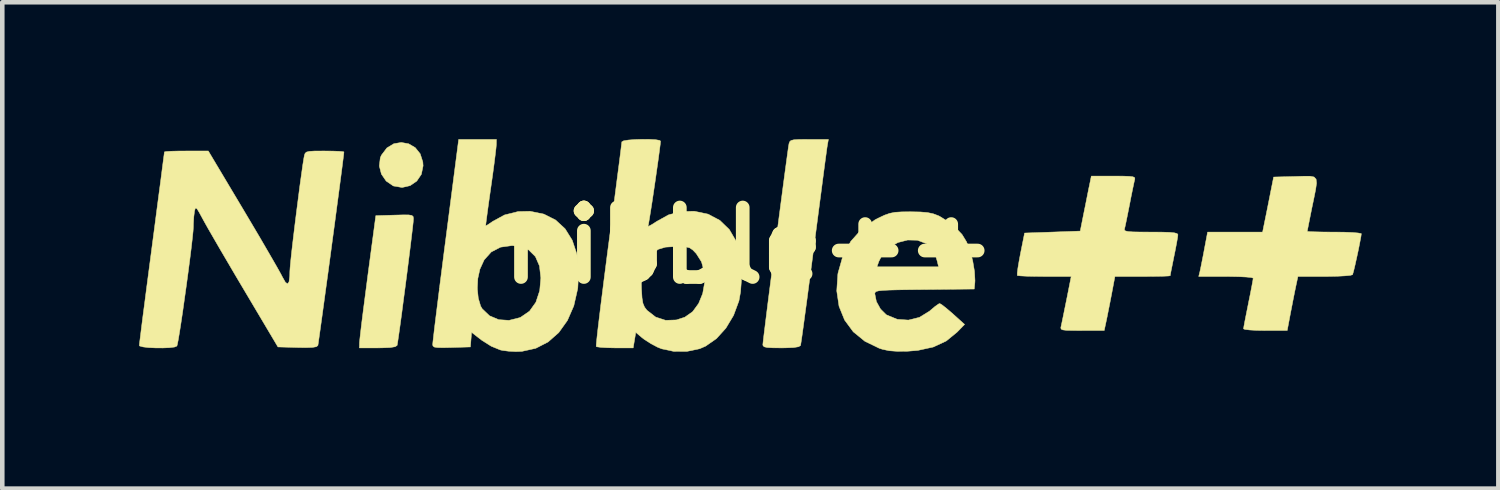
<source format=kicad_pcb>
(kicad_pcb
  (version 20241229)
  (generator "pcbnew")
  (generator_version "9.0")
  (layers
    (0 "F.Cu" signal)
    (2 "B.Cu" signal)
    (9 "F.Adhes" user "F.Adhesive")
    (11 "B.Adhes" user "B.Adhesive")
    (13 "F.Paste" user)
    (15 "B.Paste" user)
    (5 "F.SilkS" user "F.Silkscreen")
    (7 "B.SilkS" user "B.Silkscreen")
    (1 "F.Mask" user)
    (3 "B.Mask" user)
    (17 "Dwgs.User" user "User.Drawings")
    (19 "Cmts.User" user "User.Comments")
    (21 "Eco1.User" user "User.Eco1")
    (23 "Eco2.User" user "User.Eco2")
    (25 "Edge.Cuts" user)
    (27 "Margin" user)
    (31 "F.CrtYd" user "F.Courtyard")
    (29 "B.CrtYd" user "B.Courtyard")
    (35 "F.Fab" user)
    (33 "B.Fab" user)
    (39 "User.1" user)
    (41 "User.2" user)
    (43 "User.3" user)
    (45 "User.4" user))
  (footprint "nibble++"
    (layer "F.Cu")
    (at 13.382 2.335)
    (property "Reference" "nibble++" (at 0 0 0) (layer "F.SilkS") (effects (font (size 1.524 1.524) (thickness 0.3))))
    (attr through_hole)
    (fp_poly (pts (xy -7.471 -2.232) (xy -7.327 -2.148) (xy -7.218 -2.013) (xy -7.16 -1.833) (xy -7.154 -1.749) (xy -7.192 -1.563) (xy -7.293 -1.414) (xy -7.439 -1.314) (xy -7.614 -1.274) (xy -7.801 -1.306) (xy -7.811 -1.31) (xy -7.964 -1.415) (xy -8.068 -1.567) (xy -8.114 -1.745) (xy -8.093 -1.924) (xy -8.068 -1.983) (xy -7.948 -2.141) (xy -7.797 -2.233) (xy -7.633 -2.261) (xy -7.471 -2.232)) (stroke (width 0.01) (type solid)) (fill yes) (layer "F.SilkS"))
    (fp_poly (pts (xy -7.469 -0.672) (xy -7.402 -0.661) (xy -7.373 -0.638) (xy -7.366 -0.599) (xy -7.366 -0.583) (xy -7.371 -0.516) (xy -7.386 -0.379) (xy -7.409 -0.185) (xy -7.438 0.054) (xy -7.472 0.326) (xy -7.509 0.618) (xy -7.548 0.917) (xy -7.587 1.212) (xy -7.623 1.489) (xy -7.657 1.737) (xy -7.686 1.943) (xy -7.708 2.094) (xy -7.722 2.179) (xy -7.725 2.191) (xy -7.768 2.218) (xy -7.877 2.236) (xy -8.06 2.243) (xy -8.148 2.244) (xy -8.551 2.244) (xy -8.549 2.127) (xy -8.542 2.058) (xy -8.526 1.915) (xy -8.502 1.711) (xy -8.47 1.457) (xy -8.432 1.163) (xy -8.39 0.841) (xy -8.369 0.677) (xy -8.191 -0.656) (xy -7.779 -0.668) (xy -7.59 -0.673) (xy -7.469 -0.672)) (stroke (width 0.01) (type solid)) (fill yes) (layer "F.SilkS"))
    (fp_poly (pts (xy 1.713 -2.212) (xy 1.703 -2.148) (xy 1.684 -2.008) (xy 1.656 -1.802) (xy 1.621 -1.537) (xy 1.58 -1.222) (xy 1.533 -0.866) (xy 1.482 -0.477) (xy 1.428 -0.063) (xy 1.417 0.021) (xy 1.363 0.436) (xy 1.311 0.826) (xy 1.264 1.183) (xy 1.221 1.499) (xy 1.185 1.765) (xy 1.156 1.974) (xy 1.135 2.117) (xy 1.124 2.186) (xy 1.123 2.191) (xy 1.08 2.218) (xy 0.971 2.236) (xy 0.788 2.243) (xy 0.7 2.244) (xy 0.511 2.242) (xy 0.391 2.235) (xy 0.326 2.22) (xy 0.3 2.194) (xy 0.296 2.172) (xy 0.302 2.115) (xy 0.317 1.985) (xy 0.341 1.79) (xy 0.372 1.54) (xy 0.409 1.245) (xy 0.451 0.916) (xy 0.497 0.561) (xy 0.545 0.191) (xy 0.594 -0.186) (xy 0.643 -0.558) (xy 0.69 -0.916) (xy 0.734 -1.251) (xy 0.774 -1.553) (xy 0.809 -1.811) (xy 0.837 -2.017) (xy 0.857 -2.16) (xy 0.869 -2.23) (xy 0.869 -2.233) (xy 0.884 -2.276) (xy 0.914 -2.304) (xy 0.977 -2.32) (xy 1.089 -2.327) (xy 1.266 -2.328) (xy 1.312 -2.328) (xy 1.734 -2.328) (xy 1.713 -2.212)) (stroke (width 0.01) (type solid)) (fill yes) (layer "F.SilkS"))
    (fp_poly (pts (xy 8.195 -1.523) (xy 8.333 -1.518) (xy 8.413 -1.508) (xy 8.449 -1.49) (xy 8.454 -1.462) (xy 8.451 -1.45) (xy 8.435 -1.38) (xy 8.407 -1.247) (xy 8.371 -1.071) (xy 8.34 -0.91) (xy 8.301 -0.715) (xy 8.267 -0.546) (xy 8.241 -0.423) (xy 8.228 -0.37) (xy 8.226 -0.341) (xy 8.247 -0.321) (xy 8.305 -0.308) (xy 8.41 -0.3) (xy 8.576 -0.297) (xy 8.802 -0.296) (xy 9.045 -0.295) (xy 9.215 -0.29) (xy 9.323 -0.279) (xy 9.38 -0.263) (xy 9.398 -0.24) (xy 9.398 -0.237) (xy 9.39 -0.173) (xy 9.368 -0.046) (xy 9.336 0.121) (xy 9.313 0.233) (xy 9.278 0.408) (xy 9.249 0.55) (xy 9.232 0.64) (xy 9.229 0.661) (xy 9.189 0.667) (xy 9.079 0.672) (xy 8.915 0.675) (xy 8.711 0.677) (xy 8.623 0.677) (xy 8.017 0.677) (xy 7.943 1.069) (xy 7.904 1.27) (xy 7.865 1.465) (xy 7.834 1.621) (xy 7.825 1.662) (xy 7.782 1.863) (xy 7.298 1.863) (xy 7.09 1.862) (xy 6.953 1.859) (xy 6.873 1.849) (xy 6.837 1.831) (xy 6.83 1.802) (xy 6.837 1.767) (xy 6.854 1.689) (xy 6.883 1.549) (xy 6.92 1.366) (xy 6.959 1.175) (xy 7.058 0.677) (xy 6.478 0.677) (xy 6.266 0.676) (xy 6.084 0.672) (xy 5.951 0.665) (xy 5.882 0.658) (xy 5.877 0.655) (xy 5.875 0.608) (xy 5.889 0.495) (xy 5.916 0.335) (xy 5.945 0.179) (xy 6.036 -0.275) (xy 6.646 -0.296) (xy 7.256 -0.318) (xy 7.332 -0.699) (xy 7.373 -0.901) (xy 7.413 -1.103) (xy 7.446 -1.267) (xy 7.454 -1.302) (xy 7.499 -1.524) (xy 7.986 -1.524) (xy 8.195 -1.523)) (stroke (width 0.01) (type solid)) (fill yes) (layer "F.SilkS"))
    (fp_poly (pts (xy 12.383 -1.504) (xy 12.428 -1.457) (xy 12.438 -1.369) (xy 12.418 -1.227) (xy 12.377 -1.022) (xy 12.34 -0.847) (xy 12.3 -0.648) (xy 12.267 -0.482) (xy 12.244 -0.365) (xy 12.234 -0.313) (xy 12.234 -0.312) (xy 12.274 -0.306) (xy 12.383 -0.302) (xy 12.547 -0.298) (xy 12.75 -0.296) (xy 12.827 -0.296) (xy 13.04 -0.294) (xy 13.219 -0.287) (xy 13.349 -0.276) (xy 13.415 -0.264) (xy 13.42 -0.259) (xy 13.411 -0.193) (xy 13.388 -0.071) (xy 13.357 0.087) (xy 13.32 0.258) (xy 13.284 0.42) (xy 13.253 0.551) (xy 13.231 0.628) (xy 13.227 0.639) (xy 13.178 0.653) (xy 13.061 0.664) (xy 12.891 0.673) (xy 12.684 0.677) (xy 12.616 0.677) (xy 12.03 0.677) (xy 11.987 0.878) (xy 11.959 1.013) (xy 11.922 1.199) (xy 11.883 1.401) (xy 11.869 1.471) (xy 11.795 1.863) (xy 11.316 1.863) (xy 11.126 1.86) (xy 10.972 1.851) (xy 10.87 1.839) (xy 10.837 1.826) (xy 10.845 1.773) (xy 10.867 1.654) (xy 10.9 1.486) (xy 10.94 1.287) (xy 10.943 1.27) (xy 10.984 1.069) (xy 11.017 0.898) (xy 11.04 0.775) (xy 11.049 0.715) (xy 11.049 0.714) (xy 11.009 0.701) (xy 10.9 0.69) (xy 10.736 0.682) (xy 10.533 0.678) (xy 10.452 0.677) (xy 9.854 0.677) (xy 9.878 0.582) (xy 9.896 0.499) (xy 9.924 0.358) (xy 9.959 0.182) (xy 9.975 0.095) (xy 10.049 -0.296) (xy 11.255 -0.296) (xy 11.3 -0.519) (xy 11.33 -0.666) (xy 11.369 -0.86) (xy 11.41 -1.066) (xy 11.421 -1.122) (xy 11.497 -1.503) (xy 11.972 -1.515) (xy 12.161 -1.521) (xy 12.296 -1.521) (xy 12.383 -1.504)) (stroke (width 0.01) (type solid)) (fill yes) (layer "F.SilkS"))
    (fp_poly (pts (xy 3.749 -0.737) (xy 3.906 -0.724) (xy 4.03 -0.698) (xy 4.147 -0.654) (xy 4.17 -0.643) (xy 4.448 -0.472) (xy 4.665 -0.242) (xy 4.764 -0.08) (xy 4.838 0.106) (xy 4.898 0.334) (xy 4.937 0.566) (xy 4.948 0.768) (xy 4.946 0.808) (xy 4.932 0.953) (xy 3.842 0.964) (xy 3.51 0.967) (xy 3.254 0.971) (xy 3.063 0.976) (xy 2.928 0.983) (xy 2.839 0.992) (xy 2.786 1.005) (xy 2.761 1.023) (xy 2.752 1.045) (xy 2.752 1.06) (xy 2.786 1.228) (xy 2.876 1.391) (xy 2.999 1.513) (xy 3.01 1.521) (xy 3.244 1.617) (xy 3.489 1.634) (xy 3.73 1.574) (xy 3.951 1.438) (xy 3.976 1.416) (xy 4.075 1.333) (xy 4.151 1.28) (xy 4.175 1.271) (xy 4.222 1.298) (xy 4.313 1.369) (xy 4.432 1.47) (xy 4.466 1.5) (xy 4.72 1.729) (xy 4.556 1.898) (xy 4.317 2.093) (xy 4.032 2.225) (xy 3.694 2.299) (xy 3.471 2.317) (xy 3.241 2.319) (xy 3.066 2.306) (xy 2.918 2.274) (xy 2.849 2.252) (xy 2.534 2.099) (xy 2.279 1.891) (xy 2.089 1.633) (xy 1.967 1.332) (xy 1.917 0.994) (xy 1.941 0.626) (xy 1.947 0.595) (xy 1.984 0.466) (xy 2.798 0.466) (xy 4.15 0.466) (xy 4.122 0.349) (xy 4.072 0.179) (xy 4.013 0.067) (xy 3.929 -0.013) (xy 3.885 -0.042) (xy 3.687 -0.117) (xy 3.472 -0.122) (xy 3.258 -0.067) (xy 3.066 0.044) (xy 2.915 0.2) (xy 2.84 0.348) (xy 2.798 0.466) (xy 1.984 0.466) (xy 2.052 0.226) (xy 2.225 -0.093) (xy 2.462 -0.358) (xy 2.761 -0.568) (xy 2.828 -0.602) (xy 2.965 -0.667) (xy 3.079 -0.707) (xy 3.196 -0.73) (xy 3.343 -0.739) (xy 3.534 -0.741) (xy 3.749 -0.737)) (stroke (width 0.01) (type solid)) (fill yes) (layer "F.SilkS"))
    (fp_poly (pts (xy -5.548 -2.212) (xy -5.555 -2.135) (xy -5.572 -1.989) (xy -5.597 -1.79) (xy -5.629 -1.552) (xy -5.666 -1.291) (xy -5.669 -1.27) (xy -5.705 -1.017) (xy -5.736 -0.794) (xy -5.76 -0.614) (xy -5.776 -0.49) (xy -5.781 -0.436) (xy -5.78 -0.434) (xy -5.745 -0.451) (xy -5.666 -0.503) (xy -5.631 -0.528) (xy -5.369 -0.671) (xy -5.07 -0.746) (xy -4.808 -0.752) (xy -4.506 -0.69) (xy -4.248 -0.56) (xy -4.04 -0.368) (xy -3.884 -0.118) (xy -3.783 0.183) (xy -3.741 0.531) (xy -3.761 0.92) (xy -3.765 0.951) (xy -3.849 1.321) (xy -3.989 1.642) (xy -4.179 1.908) (xy -4.413 2.114) (xy -4.684 2.253) (xy -4.987 2.32) (xy -5.119 2.325) (xy -5.273 2.317) (xy -5.409 2.3) (xy -5.463 2.288) (xy -5.66 2.207) (xy -5.866 2.077) (xy -5.935 2.024) (xy -6.091 1.902) (xy -6.117 2.223) (xy -6.53 2.235) (xy -6.72 2.239) (xy -6.842 2.236) (xy -6.909 2.225) (xy -6.938 2.201) (xy -6.944 2.171) (xy -6.939 2.116) (xy -6.924 1.984) (xy -6.901 1.785) (xy -6.869 1.526) (xy -6.83 1.216) (xy -6.796 0.944) (xy -5.965 0.944) (xy -5.944 1.154) (xy -5.893 1.326) (xy -5.858 1.386) (xy -5.697 1.54) (xy -5.495 1.625) (xy -5.27 1.64) (xy -5.036 1.581) (xy -5.012 1.57) (xy -4.82 1.438) (xy -4.681 1.243) (xy -4.597 0.989) (xy -4.572 0.71) (xy -4.602 0.447) (xy -4.691 0.242) (xy -4.837 0.097) (xy -5.035 0.017) (xy -5.204 0) (xy -5.456 0.035) (xy -5.659 0.14) (xy -5.815 0.314) (xy -5.909 0.519) (xy -5.954 0.723) (xy -5.965 0.944) (xy -6.796 0.944) (xy -6.786 0.862) (xy -6.736 0.473) (xy -6.683 0.057) (xy -6.66 -0.116) (xy -6.374 -2.328) (xy -5.546 -2.328) (xy -5.548 -2.212)) (stroke (width 0.01) (type solid)) (fill yes) (layer "F.SilkS"))
    (fp_poly (pts (xy -2.193 -2.329) (xy -2.058 -2.322) (xy -1.97 -2.307) (xy -1.947 -2.291) (xy -1.953 -2.225) (xy -1.97 -2.093) (xy -1.994 -1.911) (xy -2.025 -1.693) (xy -2.059 -1.454) (xy -2.095 -1.21) (xy -2.13 -0.975) (xy -2.163 -0.764) (xy -2.191 -0.592) (xy -2.211 -0.473) (xy -2.222 -0.424) (xy -2.222 -0.424) (xy -2.204 -0.425) (xy -2.131 -0.465) (xy -2.03 -0.53) (xy -1.772 -0.673) (xy -1.515 -0.744) (xy -1.228 -0.753) (xy -1.198 -0.751) (xy -0.902 -0.688) (xy -0.647 -0.553) (xy -0.439 -0.352) (xy -0.286 -0.09) (xy -0.232 0.057) (xy -0.194 0.254) (xy -0.175 0.501) (xy -0.174 0.766) (xy -0.193 1.017) (xy -0.228 1.213) (xy -0.346 1.531) (xy -0.514 1.811) (xy -0.721 2.04) (xy -0.958 2.205) (xy -1.089 2.262) (xy -1.365 2.32) (xy -1.654 2.321) (xy -1.922 2.264) (xy -2.011 2.229) (xy -2.161 2.149) (xy -2.303 2.058) (xy -2.356 2.017) (xy -2.49 1.904) (xy -2.547 2.244) (xy -2.943 2.244) (xy -3.117 2.24) (xy -3.257 2.232) (xy -3.342 2.22) (xy -3.358 2.212) (xy -3.356 2.165) (xy -3.344 2.042) (xy -3.323 1.851) (xy -3.293 1.6) (xy -3.256 1.296) (xy -3.212 0.949) (xy -3.191 0.781) (xy -2.369 0.781) (xy -2.365 0.963) (xy -2.364 0.97) (xy -2.353 1.149) (xy -2.333 1.267) (xy -2.298 1.35) (xy -2.244 1.42) (xy -2.054 1.568) (xy -1.836 1.639) (xy -1.601 1.631) (xy -1.414 1.57) (xy -1.243 1.449) (xy -1.112 1.27) (xy -1.023 1.053) (xy -0.981 0.815) (xy -0.988 0.577) (xy -1.049 0.357) (xy -1.164 0.176) (xy -1.241 0.096) (xy -1.308 0.05) (xy -1.392 0.028) (xy -1.518 0.022) (xy -1.616 0.021) (xy -1.837 0.034) (xy -1.998 0.082) (xy -2.121 0.177) (xy -2.228 0.333) (xy -2.269 0.412) (xy -2.327 0.539) (xy -2.358 0.651) (xy -2.369 0.781) (xy -3.191 0.781) (xy -3.163 0.564) (xy -3.11 0.151) (xy -3.087 -0.021) (xy -3.032 -0.444) (xy -2.979 -0.843) (xy -2.932 -1.208) (xy -2.89 -1.533) (xy -2.854 -1.809) (xy -2.826 -2.029) (xy -2.807 -2.183) (xy -2.797 -2.265) (xy -2.796 -2.275) (xy -2.757 -2.297) (xy -2.655 -2.314) (xy -2.513 -2.325) (xy -2.351 -2.33) (xy -2.193 -2.329)) (stroke (width 0.01) (type solid)) (fill yes) (layer "F.SilkS"))
    (fp_poly (pts (xy -11.1 -0.794) (xy -10.917 -0.486) (xy -10.744 -0.194) (xy -10.588 0.074) (xy -10.453 0.307) (xy -10.345 0.495) (xy -10.271 0.628) (xy -10.24 0.688) (xy -10.174 0.804) (xy -10.125 0.84) (xy -10.094 0.794) (xy -10.078 0.666) (xy -10.076 0.567) (xy -10.07 0.478) (xy -10.055 0.319) (xy -10.032 0.104) (xy -10.002 -0.152) (xy -9.968 -0.435) (xy -9.931 -0.732) (xy -9.893 -1.027) (xy -9.857 -1.307) (xy -9.822 -1.558) (xy -9.793 -1.765) (xy -9.769 -1.914) (xy -9.757 -1.979) (xy -9.742 -2.022) (xy -9.712 -2.05) (xy -9.648 -2.066) (xy -9.537 -2.073) (xy -9.36 -2.074) (xy -9.313 -2.074) (xy -9.135 -2.072) (xy -8.994 -2.067) (xy -8.908 -2.059) (xy -8.89 -2.053) (xy -8.895 -2) (xy -8.911 -1.873) (xy -8.935 -1.683) (xy -8.967 -1.439) (xy -9.005 -1.151) (xy -9.048 -0.828) (xy -9.094 -0.48) (xy -9.143 -0.118) (xy -9.192 0.249) (xy -9.241 0.611) (xy -9.289 0.959) (xy -9.333 1.282) (xy -9.373 1.572) (xy -9.407 1.817) (xy -9.434 2.009) (xy -9.452 2.137) (xy -9.461 2.191) (xy -9.462 2.192) (xy -9.495 2.218) (xy -9.581 2.233) (xy -9.731 2.238) (xy -9.909 2.235) (xy -10.337 2.223) (xy -11.079 0.974) (xy -11.263 0.664) (xy -11.439 0.364) (xy -11.603 0.085) (xy -11.746 -0.162) (xy -11.864 -0.366) (xy -11.948 -0.516) (xy -11.981 -0.576) (xy -12.061 -0.723) (xy -12.11 -0.804) (xy -12.138 -0.826) (xy -12.155 -0.8) (xy -12.167 -0.751) (xy -12.182 -0.632) (xy -12.191 -0.477) (xy -12.192 -0.407) (xy -12.198 -0.315) (xy -12.214 -0.158) (xy -12.238 0.051) (xy -12.269 0.3) (xy -12.305 0.576) (xy -12.344 0.865) (xy -12.385 1.155) (xy -12.424 1.434) (xy -12.462 1.688) (xy -12.496 1.905) (xy -12.524 2.072) (xy -12.545 2.175) (xy -12.553 2.203) (xy -12.605 2.225) (xy -12.716 2.239) (xy -12.862 2.245) (xy -13.023 2.244) (xy -13.176 2.237) (xy -13.298 2.222) (xy -13.369 2.202) (xy -13.377 2.191) (xy -13.372 2.139) (xy -13.356 2.012) (xy -13.332 1.818) (xy -13.3 1.564) (xy -13.26 1.26) (xy -13.215 0.912) (xy -13.165 0.531) (xy -13.111 0.122) (xy -13.102 0.052) (xy -13.048 -0.358) (xy -12.998 -0.743) (xy -12.952 -1.093) (xy -12.911 -1.401) (xy -12.878 -1.659) (xy -12.852 -1.859) (xy -12.834 -1.993) (xy -12.827 -2.052) (xy -12.827 -2.054) (xy -12.787 -2.062) (xy -12.68 -2.069) (xy -12.522 -2.073) (xy -12.345 -2.074) (xy -11.864 -2.074) (xy -11.1 -0.794)) (stroke (width 0.01) (type solid)) (fill yes) (layer "F.SilkS")))
  (gr_rect
    (start -3 -3)
    (end 29.807 7.665)
    (stroke (width 0.1) (type default))
    (fill no)
    (layer "Edge.Cuts")))
</source>
